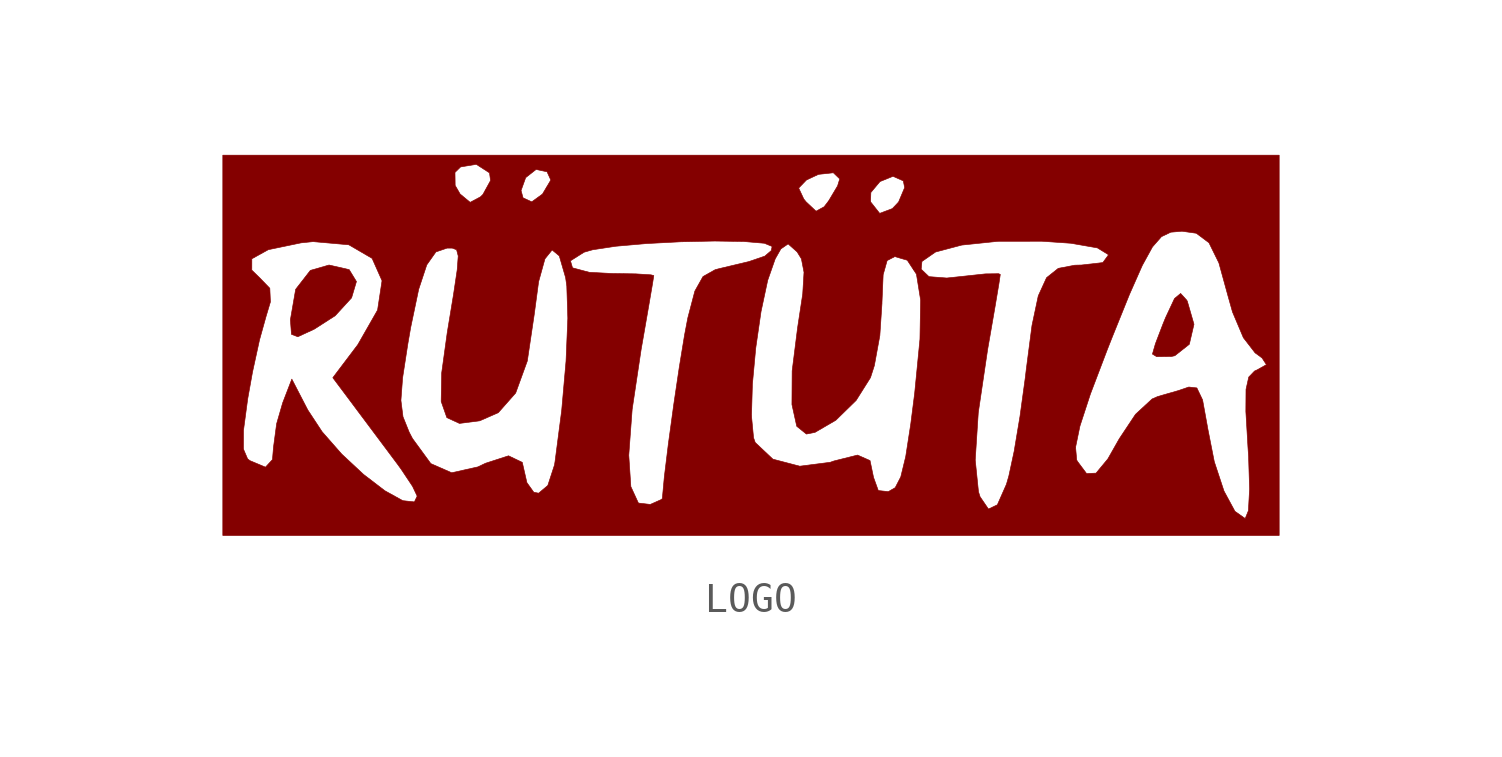
<source format=kicad_sym>
(kicad_symbol_lib
  (version 20210619)
  (generator bitmap2component)
  (symbol "LOGO"
    (pin_names
      (offset 1.016))
    (property "Reference" "#G"
      (at 0 5.715 0)
      (effects (font (size 1.27 1.27)) hide))
    (symbol "LOGO_0_0"
      (polyline (pts (xy 18.184 6.35) (xy -17.895 6.35) (xy -17.895 5.76) (xy -9.966 5.76) (xy -9.774 5.948) (xy -9.239 6.037) (xy -8.786 5.745) (xy -8.751 5.483) (xy -8.938 5.142) (xy -7.709 5.142) (xy -7.551 5.582) (xy -7.196 5.861) (xy -6.822 5.783) (xy -6.693 5.5) (xy -6.856 5.226) (xy 1.773 5.226) (xy 2.039 5.502) (xy 2.449 5.694) (xy 2.957 5.749) (xy 3.175 5.539) (xy 3.102 5.301) (xy 2.799 4.792) (xy 2.773 4.758) (xy 4.227 4.758) (xy 4.238 5.075) (xy 4.55 5.448) (xy 4.995 5.628) (xy 5.347 5.472) (xy 5.392 5.241) (xy 5.185 4.75) (xy 4.972 4.525) (xy 4.54 4.362) (xy 4.227 4.758) (xy 2.773 4.758) (xy 2.642 4.587) (xy 2.366 4.436) (xy 2.024 4.758) (xy 1.947 4.853) (xy 1.773 5.226) (xy -6.856 5.226) (xy -6.978 5.021) (xy -7.343 4.756) (xy -7.64 4.892) (xy -7.709 5.142) (xy -8.938 5.142) (xy -9.011 5.009) (xy -9.096 4.926) (xy -9.447 4.739) (xy -9.791 5.024) (xy -9.96 5.317) (xy -9.966 5.76) (xy -17.895 5.76) (xy -17.895 -3.689) (xy -17.191 -3.689) (xy -17.189 -3.049) (xy -17.045 -1.973) (xy -16.88 -1.053) (xy -16.641 0.042) (xy -16.421 0.832) (xy -16.269 1.339) (xy -16.29 1.804) (xy -16.635 2.161) (xy -16.905 2.424) (xy -16.904 2.81) (xy -16.34 3.122) (xy -15.222 3.355) (xy -14.812 3.397) (xy -13.592 3.289) (xy -12.796 2.825) (xy -12.457 2.062) (xy -12.609 1.061) (xy -13.283 -0.12) (xy -14.138 -1.251) (xy -13.558 -2.025) (xy -11.812 -2.025) (xy -11.754 -1.25) (xy -11.574 -0.085) (xy -11.478 0.467) (xy -11.205 1.77) (xy -10.929 2.603) (xy -10.617 3.045) (xy -10.236 3.175) (xy -10.057 3.175) (xy -9.911 3.119) (xy -9.855 2.906) (xy -9.89 2.432) (xy -10.015 1.594) (xy -10.23 0.289) (xy -10.42 -1.088) (xy -10.437 -2.062) (xy -10.243 -2.614) (xy -9.813 -2.812) (xy -9.12 -2.723) (xy -8.487 -2.446) (xy -7.893 -1.774) (xy -7.495 -0.679) (xy -7.259 0.908) (xy -7.109 2.03) (xy -6.893 2.808) (xy -6.648 3.112) (xy -6.403 2.909) (xy -6.354 2.741) (xy -6.022 2.741) (xy -5.556 3.035) (xy -5.263 3.119) (xy -4.472 3.239) (xy -3.421 3.331) (xy -2.248 3.392) (xy -1.095 3.417) (xy -0.098 3.401) (xy 0.602 3.341) (xy 0.866 3.232) (xy 0.837 3.091) (xy 0.617 2.902) (xy 0.074 2.716) (xy -0.914 2.481) (xy -1.078 2.439) (xy -1.495 2.204) (xy -1.773 1.708) (xy -2.013 0.794) (xy -2.125 0.207) (xy -2.305 -0.893) (xy -2.498 -2.194) (xy -2.547 -2.557) (xy 0.161 -2.557) (xy 0.192 -1.477) (xy 0.307 -0.234) (xy 0.487 1.007) (xy 0.715 2.076) (xy 0.971 2.807) (xy 1.165 3.148) (xy 1.413 3.319) (xy 1.719 3.046) (xy 1.866 2.81) (xy 1.955 2.35) (xy 1.911 1.61) (xy 1.735 0.45) (xy 1.55 -1.02) (xy 1.543 -2.166) (xy 1.707 -2.91) (xy 2.036 -3.175) (xy 2.328 -3.119) (xy 3.041 -2.704) (xy 3.736 -2.025) (xy 4.225 -1.249) (xy 4.358 -0.836) (xy 4.545 0.188) (xy 4.618 1.29) (xy 4.618 1.325) (xy 4.658 2.267) (xy 4.794 2.75) (xy 5.057 2.886) (xy 5.482 2.761) (xy 5.683 2.455) (xy 5.957 2.455) (xy 5.982 2.719) (xy 6.448 3.042) (xy 7.343 3.279) (xy 8.582 3.408) (xy 10.079 3.41) (xy 11.071 3.341) (xy 11.975 3.183) (xy 12.34 2.959) (xy 12.347 2.934) (xy 12.161 2.681) (xy 11.435 2.598) (xy 11.204 2.592) (xy 10.639 2.484) (xy 10.239 2.165) (xy 9.956 1.545) (xy 9.741 0.531) (xy 9.546 -0.967) (xy 9.512 -1.255) (xy 9.332 -2.567) (xy 9.155 -3.625) (xy 11.23 -3.625) (xy 11.379 -2.902) (xy 11.735 -1.812) (xy 12.319 -0.277) (xy 12.491 0.158) (xy 13.069 1.59) (xy 13.508 2.582) (xy 13.855 3.214) (xy 14.164 3.567) (xy 14.483 3.719) (xy 14.865 3.752) (xy 15.352 3.683) (xy 15.786 3.358) (xy 16.125 2.669) (xy 16.444 1.511) (xy 16.59 0.993) (xy 16.961 0.116) (xy 17.361 -0.402) (xy 17.599 -0.577) (xy 17.748 -0.805) (xy 17.433 -0.982) (xy 17.344 -1.022) (xy 17.145 -1.228) (xy 17.051 -1.649) (xy 17.046 -2.405) (xy 17.117 -3.615) (xy 17.139 -3.947) (xy 17.173 -5.053) (xy 17.133 -5.792) (xy 17.023 -6.061) (xy 16.673 -5.814) (xy 16.299 -5.122) (xy 15.968 -4.12) (xy 15.735 -2.939) (xy 15.729 -2.897) (xy 15.568 -2.01) (xy 15.372 -1.6) (xy 15.097 -1.569) (xy 14.747 -1.689) (xy 14.036 -1.893) (xy 13.844 -1.977) (xy 13.277 -2.501) (xy 12.723 -3.335) (xy 12.332 -4.024) (xy 11.929 -4.51) (xy 11.605 -4.524) (xy 11.289 -4.101) (xy 11.268 -4.056) (xy 11.23 -3.625) (xy 9.155 -3.625) (xy 9.133 -3.76) (xy 8.951 -4.606) (xy 8.868 -4.892) (xy 8.559 -5.591) (xy 8.254 -5.736) (xy 7.968 -5.316) (xy 7.914 -5.146) (xy 7.803 -4.062) (xy 7.907 -2.443) (xy 8.226 -0.289) (xy 8.307 0.175) (xy 8.487 1.214) (xy 8.612 1.961) (xy 8.659 2.276) (xy 8.603 2.301) (xy 8.149 2.295) (xy 7.388 2.213) (xy 6.831 2.154) (xy 6.223 2.201) (xy 5.957 2.455) (xy 5.683 2.455) (xy 5.795 2.285) (xy 5.937 1.404) (xy 5.915 0.067) (xy 5.735 -1.776) (xy 5.601 -2.831) (xy 5.429 -3.943) (xy 5.26 -4.638) (xy 5.07 -5.006) (xy 4.835 -5.142) (xy 4.492 -5.105) (xy 4.33 -4.656) (xy 4.21 -4.081) (xy 3.784 -3.893) (xy 2.98 -4.094) (xy 2.849 -4.14) (xy 1.81 -4.273) (xy 0.893 -4.033) (xy 0.288 -3.463) (xy 0.232 -3.303) (xy 0.161 -2.557) (xy -2.547 -2.557) (xy -2.677 -3.504) (xy -2.815 -4.631) (xy -2.884 -5.381) (xy -2.931 -5.417) (xy -3.295 -5.579) (xy -3.701 -5.532) (xy -3.959 -4.971) (xy -4.03 -3.898) (xy -3.914 -2.331) (xy -3.608 -0.289) (xy -3.526 0.18) (xy -3.347 1.21) (xy -3.222 1.94) (xy -3.175 2.237) (xy -3.272 2.263) (xy -3.795 2.296) (xy -4.618 2.309) (xy -5.381 2.349) (xy -5.951 2.502) (xy -6.022 2.741) (xy -6.354 2.741) (xy -6.187 2.165) (xy -6.147 1.88) (xy -6.112 0.779) (xy -6.173 -0.686) (xy -6.321 -2.366) (xy -6.548 -4.113) (xy -6.567 -4.231) (xy -6.795 -4.931) (xy -7.109 -5.195) (xy -7.275 -5.162) (xy -7.509 -4.835) (xy -7.667 -4.142) (xy -8.136 -3.918) (xy -8.924 -4.173) (xy -9.183 -4.297) (xy -10.078 -4.497) (xy -10.791 -4.184) (xy -11.418 -3.326) (xy -11.531 -3.109) (xy -11.741 -2.586) (xy -11.812 -2.025) (xy -13.558 -2.025) (xy -13.364 -2.285) (xy -13.237 -2.455) (xy -12.547 -3.377) (xy -11.923 -4.212) (xy -11.805 -4.375) (xy -11.414 -4.962) (xy -11.257 -5.295) (xy -11.352 -5.493) (xy -11.748 -5.45) (xy -12.359 -5.112) (xy -13.087 -4.555) (xy -13.835 -3.858) (xy -14.503 -3.097) (xy -14.993 -2.352) (xy -15.538 -1.299) (xy -15.851 -2.111) (xy -16.057 -2.822) (xy -16.164 -3.627) (xy -16.199 -4.047) (xy -16.438 -4.306) (xy -16.97 -4.083) (xy -17.048 -4.022) (xy -17.191 -3.689) (xy -17.895 -3.689) (xy -17.895 -6.639) (xy 18.184 -6.639) (xy 18.184 6.35)) (stroke (width 0.01)) (fill (type outline)))
      (polyline (pts (xy 14.504 -0.525) (xy 14.62 -0.5) (xy 15.115 -0.109) (xy 15.274 0.574) (xy 15.046 1.363) (xy 15.026 1.398) (xy 14.818 1.627) (xy 14.609 1.453) (xy 14.305 0.803) (xy 14.212 0.576) (xy 13.957 -0.09) (xy 13.855 -0.444) (xy 14 -0.532) (xy 14.504 -0.525)) (stroke (width 0.01)) (fill (type outline)))
      (polyline (pts (xy -14.772 0.407) (xy -14.057 0.866) (xy -13.497 1.477) (xy -13.331 2.034) (xy -13.58 2.441) (xy -14.268 2.598) (xy -14.905 2.414) (xy -15.407 1.768) (xy -15.586 0.733) (xy -15.586 0.719) (xy -15.55 0.23) (xy -15.333 0.148) (xy -14.772 0.407)) (stroke (width 0.01)) (fill (type outline))))))
</source>
